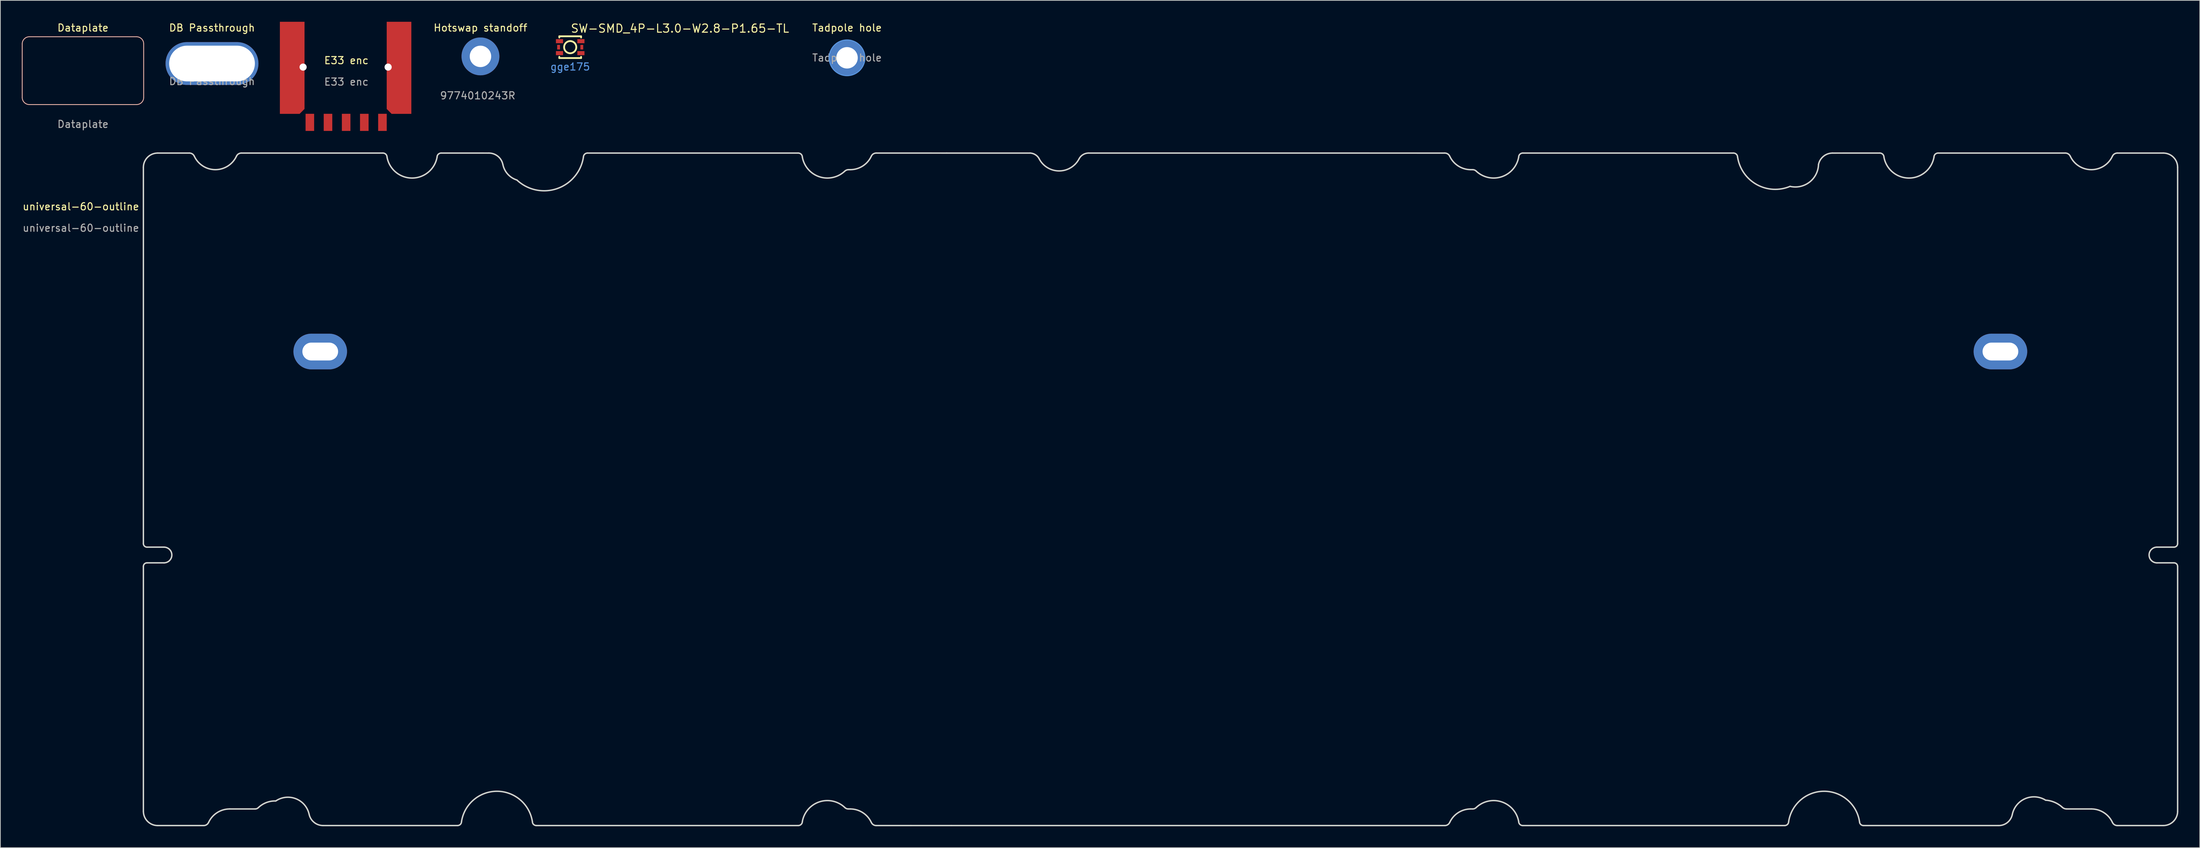
<source format=kicad_pcb>
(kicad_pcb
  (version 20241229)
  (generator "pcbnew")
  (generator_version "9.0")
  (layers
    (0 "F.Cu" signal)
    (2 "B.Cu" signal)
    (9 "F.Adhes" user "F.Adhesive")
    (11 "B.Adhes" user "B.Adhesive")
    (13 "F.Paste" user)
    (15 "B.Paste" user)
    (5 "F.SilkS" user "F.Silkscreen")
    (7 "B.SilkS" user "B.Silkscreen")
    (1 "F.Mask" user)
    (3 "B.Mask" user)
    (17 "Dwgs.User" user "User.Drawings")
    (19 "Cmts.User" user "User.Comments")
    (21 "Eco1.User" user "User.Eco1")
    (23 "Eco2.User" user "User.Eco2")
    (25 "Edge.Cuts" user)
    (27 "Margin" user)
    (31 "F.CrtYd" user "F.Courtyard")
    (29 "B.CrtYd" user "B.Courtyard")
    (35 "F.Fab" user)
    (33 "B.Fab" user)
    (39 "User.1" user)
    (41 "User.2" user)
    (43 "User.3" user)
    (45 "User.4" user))
  (footprint "universal-60-outline"
    (layer "F.Cu")
    (at 26.018 27.391)
    (property "Reference" "universal-60-outline" (at -17.75 -1.5 0) (unlocked yes) (layer "F.SilkS") (effects (font (size 1 1) (thickness 0.15))))
    (fp_line (start -9 -7) (end -9 45.7) (stroke (width 0.2) (type solid)) (layer "Edge.Cuts"))
    (fp_line (start -9 48.9) (end -9 83.2) (stroke (width 0.2) (type solid)) (layer "Edge.Cuts"))
    (fp_line (start -8.5 46.2) (end -6.107 46.2) (stroke (width 0.2) (type solid)) (layer "Edge.Cuts"))
    (fp_line (start -7 85.2) (end -0.558 85.2) (stroke (width 0.2) (type solid)) (layer "Edge.Cuts"))
    (fp_line (start -6.107 48.4) (end -8.5 48.4) (stroke (width 0.2) (type solid)) (layer "Edge.Cuts"))
    (fp_line (start -2.558 -9) (end -7 -9) (stroke (width 0.2) (type solid)) (layer "Edge.Cuts"))
    (fp_line (start 3.075 82.875) (end 6.65 82.875) (stroke (width 0.2) (type solid)) (layer "Edge.Cuts"))
    (fp_line (start 16.15 85.2) (end 34.966 85.2) (stroke (width 0.2) (type solid)) (layer "Edge.Cuts"))
    (fp_line (start 24.53 -9) (end 4.708 -9) (stroke (width 0.2) (type solid)) (layer "Edge.Cuts"))
    (fp_line (start 39.352 -8.999) (end 32.672 -9.001) (stroke (width 0.2) (type solid)) (layer "Edge.Cuts"))
    (fp_line (start 45.996 85.2) (end 82.654 85.2) (stroke (width 0.2) (type solid)) (layer "Edge.Cuts"))
    (fp_line (start 82.654 -9) (end 53.155 -9.001) (stroke (width 0.2) (type solid)) (layer "Edge.Cuts"))
    (fp_line (start 89.655 82.875) (end 89.925 82.875) (stroke (width 0.2) (type solid)) (layer "Edge.Cuts"))
    (fp_line (start 89.925 -6.675) (end 89.699 -6.675) (stroke (width 0.2) (type solid)) (layer "Edge.Cuts"))
    (fp_line (start 93.558 85.2) (end 98.422 85.2) (stroke (width 0.2) (type solid)) (layer "Edge.Cuts"))
    (fp_line (start 98.422 85.2) (end 104.079 85.2) (stroke (width 0.2) (type solid)) (layer "Edge.Cuts"))
    (fp_line (start 103.422 -8.999) (end 93.558 -9) (stroke (width 0.2) (type solid)) (layer "Edge.Cuts"))
    (fp_line (start 104.079 85.2) (end 173.142 85.2) (stroke (width 0.2) (type solid)) (layer "Edge.Cuts"))
    (fp_line (start 115.115 -8.998) (end 103.422 -8.999) (stroke (width 0.2) (type solid)) (layer "Edge.Cuts"))
    (fp_line (start 173.102 -8.999) (end 123.286 -9) (stroke (width 0.2) (type solid)) (layer "Edge.Cuts"))
    (fp_line (start 176.775 82.875) (end 177.043 82.875) (stroke (width 0.2) (type solid)) (layer "Edge.Cuts"))
    (fp_line (start 177.029 -6.675) (end 176.775 -6.675) (stroke (width 0.2) (type solid)) (layer "Edge.Cuts"))
    (fp_line (start 184.046 85.2) (end 220.704 85.2) (stroke (width 0.2) (type solid)) (layer "Edge.Cuts"))
    (fp_line (start 213.545 -9) (end 184.046 -9.001) (stroke (width 0.2) (type solid)) (layer "Edge.Cuts"))
    (fp_line (start 231.734 85.2) (end 250.602 85.2) (stroke (width 0.2) (type solid)) (layer "Edge.Cuts"))
    (fp_line (start 234.028 -9) (end 227.4 -8.999) (stroke (width 0.2) (type solid)) (layer "Edge.Cuts"))
    (fp_line (start 259.992 -9) (end 242.17 -9.001) (stroke (width 0.2) (type solid)) (layer "Edge.Cuts"))
    (fp_line (start 260.168 82.875) (end 263.625 82.875) (stroke (width 0.2) (type solid)) (layer "Edge.Cuts"))
    (fp_line (start 267.258 85.2) (end 273.7 85.2) (stroke (width 0.2) (type solid)) (layer "Edge.Cuts"))
    (fp_line (start 272.807 46.2) (end 275.2 46.2) (stroke (width 0.2) (type solid)) (layer "Edge.Cuts"))
    (fp_line (start 273.7 -9) (end 267.258 -9) (stroke (width 0.2) (type solid)) (layer "Edge.Cuts"))
    (fp_line (start 275.2 48.4) (end 272.807 48.4) (stroke (width 0.2) (type solid)) (layer "Edge.Cuts"))
    (fp_line (start 275.7 83.2) (end 275.7 48.9) (stroke (width 0.2) (type solid)) (layer "Edge.Cuts"))
    (fp_line (start 275.7 45.7) (end 275.7 -7) (stroke (width 0.2) (type solid)) (layer "Edge.Cuts"))
    (fp_arc (start -9 -6.999994) (mid -8.413981 -8.413904) (end -7 -8.99975) (stroke (width 0.2) (type solid)) (layer "Edge.Cuts"))
    (fp_arc (start -8.999993 48.900004) (mid -8.853548 48.546448) (end -8.499993 48.4) (stroke (width 0.2) (type solid)) (layer "Edge.Cuts"))
    (fp_arc (start -8.499995 46.199994) (mid -8.853549 46.053548) (end -8.999996 45.699994) (stroke (width 0.2) (type solid)) (layer "Edge.Cuts"))
    (fp_arc (start -6.999997 85.2) (mid -8.413978 84.614053) (end -8.99975 83.2) (stroke (width 0.2) (type solid)) (layer "Edge.Cuts"))
    (fp_arc (start -6.107 46.19999) (mid -5.00774 47.29975) (end -6.107001 48.39951) (stroke (width 0.2) (type solid)) (layer "Edge.Cuts"))
    (fp_arc (start -2.557782 -8.999967) (mid -2.15347 -8.88168) (end -1.8767 -8.564097) (stroke (width 0.2) (type solid)) (layer "Edge.Cuts"))
    (fp_arc (start 0.12324 84.764028) (mid -0.153514 85.081673) (end -0.557853 85.2) (stroke (width 0.2) (type solid)) (layer "Edge.Cuts"))
    (fp_arc (start 0.12324 84.764028) (mid 1.322661 83.387495) (end 3.075003 82.874903) (stroke (width 0.2) (type solid)) (layer "Edge.Cuts"))
    (fp_arc (start 4.026713 -8.564124) (mid 1.075015 -6.675003) (end -1.8767 -8.564097) (stroke (width 0.2) (type solid)) (layer "Edge.Cuts"))
    (fp_arc (start 4.026713 -8.564124) (mid 4.303467 -8.881701) (end 4.707761 -9) (stroke (width 0.2) (type solid)) (layer "Edge.Cuts"))
    (fp_arc (start 7.084 82.69499) (mid 6.884839 82.82794) (end 6.65 82.874749) (stroke (width 0.2) (type solid)) (layer "Edge.Cuts"))
    (fp_arc (start 7.084 82.69499) (mid 8.209389 81.978442) (end 9.524911 81.756304) (stroke (width 0.2) (type solid)) (layer "Edge.Cuts"))
    (fp_arc (start 9.524911 81.756304) (mid 12.345755 81.442505) (end 14.189851 83.600036) (stroke (width 0.2) (type solid)) (layer "Edge.Cuts"))
    (fp_arc (start 16.149678 85.2) (mid 14.884604 84.749279) (end 14.189717 83.600065) (stroke (width 0.2) (type solid)) (layer "Edge.Cuts"))
    (fp_arc (start 24.530002 -9) (mid 24.933527 -8.832972) (end 25.100249 -8.429321) (stroke (width 0.2) (type solid)) (layer "Edge.Cuts"))
    (fp_arc (start 32.101 -8.429) (mid 28.600795 -5.500002) (end 25.100928 -8.429403) (stroke (width 0.2) (type solid)) (layer "Edge.Cuts"))
    (fp_arc (start 32.101 -8.429) (mid 32.26783 -8.83339) (end 32.672001 -9.000751) (stroke (width 0.2) (type solid)) (layer "Edge.Cuts"))
    (fp_arc (start 35.522 84.644) (mid 35.35909 85.03717) (end 34.96599 85.20025) (stroke (width 0.2) (type solid)) (layer "Edge.Cuts"))
    (fp_arc (start 35.522 84.644) (mid 40.481059 80.395991) (end 45.440018 84.644117) (stroke (width 0.2) (type solid)) (layer "Edge.Cuts"))
    (fp_arc (start 39.351719 -8.99926) (mid 40.616515 -8.548371) (end 41.311108 -7.399219) (stroke (width 0.2) (type solid)) (layer "Edge.Cuts"))
    (fp_arc (start 43.274067 -5.223976) (mid 41.99592 -6.043852) (end 41.311265 -7.399251) (stroke (width 0.2) (type solid)) (layer "Edge.Cuts"))
    (fp_arc (start 45.996006 85.2) (mid 45.603118 85.037025) (end 45.44025 84.644093) (stroke (width 0.2) (type solid)) (layer "Edge.Cuts"))
    (fp_arc (start 52.584 -8.429) (mid 48.895184 -4.02002) (end 43.274067 -5.223976) (stroke (width 0.2) (type solid)) (layer "Edge.Cuts"))
    (fp_arc (start 52.584 -8.429) (mid 52.75083 -8.83339) (end 53.155001 -9.000751) (stroke (width 0.2) (type solid)) (layer "Edge.Cuts"))
    (fp_arc (start 82.654002 -9) (mid 83.057488 -8.83301) (end 83.22425 -8.429429) (stroke (width 0.2) (type solid)) (layer "Edge.Cuts"))
    (fp_arc (start 83.225 84.629) (mid 83.057993 85.033066) (end 82.654 85.20025) (stroke (width 0.2) (type solid)) (layer "Edge.Cuts"))
    (fp_arc (start 83.225 84.629) (mid 85.614352 81.877634) (end 89.170443 82.673392) (stroke (width 0.2) (type solid)) (layer "Edge.Cuts"))
    (fp_arc (start 89.135 -6.44101) (mid 85.59146 -5.68592) (end 83.225157 -8.429538) (stroke (width 0.2) (type solid)) (layer "Edge.Cuts"))
    (fp_arc (start 89.135 -6.44101) (mid 89.393771 -6.614027) (end 89.69899 -6.67517) (stroke (width 0.2) (type solid)) (layer "Edge.Cuts"))
    (fp_arc (start 89.655009 82.87499) (mid 89.392376 82.822873) (end 89.169764 82.67409) (stroke (width 0.2) (type solid)) (layer "Edge.Cuts"))
    (fp_arc (start 89.92499 82.87499) (mid 91.677277 83.387558) (end 92.876669 84.764037) (stroke (width 0.2) (type solid)) (layer "Edge.Cuts"))
    (fp_arc (start 92.876768 -8.563908) (mid 91.677404 -7.187217) (end 89.924998 -6.674555) (stroke (width 0.2) (type solid)) (layer "Edge.Cuts"))
    (fp_arc (start 92.876768 -8.563908) (mid 93.15355 -8.881623) (end 93.557962 -8.999953) (stroke (width 0.2) (type solid)) (layer "Edge.Cuts"))
    (fp_arc (start 93.557756 85.200003) (mid 93.153422 85.081677) (end 92.876669 84.764037) (stroke (width 0.2) (type solid)) (layer "Edge.Cuts"))
    (fp_arc (start 173.102296 -8.998851) (mid 173.529832 -8.892239) (end 173.823712 -8.563928) (stroke (width 0.2) (type solid)) (layer "Edge.Cuts"))
    (fp_arc (start 173.82324 84.764028) (mid 173.546486 85.081673) (end 173.142148 85.2) (stroke (width 0.2) (type solid)) (layer "Edge.Cuts"))
    (fp_arc (start 173.82324 84.764028) (mid 175.022662 83.387495) (end 176.775005 82.874903) (stroke (width 0.2) (type solid)) (layer "Edge.Cuts"))
    (fp_arc (start 176.775 -6.675) (mid 175.022912 -7.187543) (end 173.823712 -8.563928) (stroke (width 0.2) (type solid)) (layer "Edge.Cuts"))
    (fp_arc (start 177.029002 -6.675) (mid 177.306738 -6.620211) (end 177.542212 -6.463077) (stroke (width 0.2) (type solid)) (layer "Edge.Cuts"))
    (fp_arc (start 177.532 82.672) (mid 177.307555 82.821828) (end 177.043 82.87507) (stroke (width 0.2) (type solid)) (layer "Edge.Cuts"))
    (fp_arc (start 177.532 82.672) (mid 181.087422 81.877633) (end 183.475441 84.628888) (stroke (width 0.2) (type solid)) (layer "Edge.Cuts"))
    (fp_arc (start 183.475 -8.429) (mid 181.093331 -5.680578) (end 177.541588 -6.462433) (stroke (width 0.2) (type solid)) (layer "Edge.Cuts"))
    (fp_arc (start 183.475 -8.429) (mid 183.64183 -8.83339) (end 184.046001 -9.000751) (stroke (width 0.2) (type solid)) (layer "Edge.Cuts"))
    (fp_arc (start 184.046 85.2) (mid 183.642152 85.032858) (end 183.47525 84.628911) (stroke (width 0.2) (type solid)) (layer "Edge.Cuts"))
    (fp_arc (start 213.545008 -9) (mid 213.948422 -8.833076) (end 214.11525 -8.429623) (stroke (width 0.2) (type solid)) (layer "Edge.Cuts"))
    (fp_arc (start 221.26 84.644) (mid 221.097093 85.037166) (end 220.704 85.20025) (stroke (width 0.2) (type solid)) (layer "Edge.Cuts"))
    (fp_arc (start 221.26 84.644) (mid 226.219059 80.395991) (end 231.178018 84.644117) (stroke (width 0.2) (type solid)) (layer "Edge.Cuts"))
    (fp_arc (start 221.454455 -4.334774) (mid 216.786675 -4.592314) (end 214.11678 -8.429782) (stroke (width 0.2) (type solid)) (layer "Edge.Cuts"))
    (fp_arc (start 225.44008 -7.39926) (mid 224.172591 -4.923672) (end 221.454455 -4.334774) (stroke (width 0.2) (type solid)) (layer "Edge.Cuts"))
    (fp_arc (start 225.44008 -7.39926) (mid 226.134777 -8.548382) (end 227.39967 -8.999084) (stroke (width 0.2) (type solid)) (layer "Edge.Cuts"))
    (fp_arc (start 231.734004 85.2) (mid 231.341118 85.037024) (end 231.17825 84.644093) (stroke (width 0.2) (type solid)) (layer "Edge.Cuts"))
    (fp_arc (start 234.02801 -9) (mid 234.431531 -8.832968) (end 234.598249 -8.429317) (stroke (width 0.2) (type solid)) (layer "Edge.Cuts"))
    (fp_arc (start 241.59899 -8.429) (mid 238.098788 -5.500002) (end 234.598919 -8.429398) (stroke (width 0.2) (type solid)) (layer "Edge.Cuts"))
    (fp_arc (start 241.59899 -8.429) (mid 241.765823 -8.833397) (end 242.170001 -9.000761) (stroke (width 0.2) (type solid)) (layer "Edge.Cuts"))
    (fp_arc (start 252.56131 83.65074) (mid 251.864379 84.783113) (end 250.601715 85.199841) (stroke (width 0.2) (type solid)) (layer "Edge.Cuts"))
    (fp_arc (start 252.56131 83.65074) (mid 254.368283 81.429011) (end 257.223986 81.643935) (stroke (width 0.2) (type solid)) (layer "Edge.Cuts"))
    (fp_arc (start 257.223986 81.643935) (mid 258.453972 81.932101) (end 259.521969 82.60685) (stroke (width 0.2) (type solid)) (layer "Edge.Cuts"))
    (fp_arc (start 259.992254 -9.000015) (mid 260.396531 -8.881707) (end 260.673272 -8.564136) (stroke (width 0.2) (type solid)) (layer "Edge.Cuts"))
    (fp_arc (start 260.167994 82.87499) (mid 259.818211 82.805305) (end 259.521622 82.607217) (stroke (width 0.2) (type solid)) (layer "Edge.Cuts"))
    (fp_arc (start 263.62499 82.87499) (mid 265.377283 83.387562) (end 266.576675 84.76405) (stroke (width 0.2) (type solid)) (layer "Edge.Cuts"))
    (fp_arc (start 266.576703 -8.564123) (mid 263.624983 -6.675004) (end 260.673272 -8.564136) (stroke (width 0.2) (type solid)) (layer "Edge.Cuts"))
    (fp_arc (start 266.576703 -8.564123) (mid 266.853457 -8.881701) (end 267.257751 -8.999999) (stroke (width 0.2) (type solid)) (layer "Edge.Cuts"))
    (fp_arc (start 267.257739 85.200019) (mid 266.853417 85.081686) (end 266.576675 84.76405) (stroke (width 0.2) (type solid)) (layer "Edge.Cuts"))
    (fp_arc (start 272.807 48.4) (mid 271.70625 47.299748) (end 272.807004 46.1995) (stroke (width 0.2) (type solid)) (layer "Edge.Cuts"))
    (fp_arc (start 273.700007 -9) (mid 275.114158 -8.41408) (end 275.70025 -7) (stroke (width 0.2) (type solid)) (layer "Edge.Cuts"))
    (fp_arc (start 275.200007 48.4) (mid 275.55356 48.546447) (end 275.700007 48.9) (stroke (width 0.2) (type solid)) (layer "Edge.Cuts"))
    (fp_arc (start 275.7 83.2) (mid 275.114156 84.614229) (end 273.7 85.20025) (stroke (width 0.2) (type solid)) (layer "Edge.Cuts"))
    (fp_arc (start 275.700009 45.699998) (mid 275.553562 46.05355) (end 275.200009 46.199996) (stroke (width 0.2) (type solid)) (layer "Edge.Cuts"))
    (fp_curve (pts (xy 115.115 -8.998) (xy 115.644 -8.972) (xy 116.123 -8.667) (xy 116.369 -8.194)) (stroke (width 0.2) (type solid)) (layer "Edge.Cuts"))
    (fp_curve (pts (xy 116.369 -8.194) (xy 117.174 -6.651) (xy 119.076 -6.053) (xy 120.619 -6.857)) (stroke (width 0.2) (type solid)) (layer "Edge.Cuts"))
    (fp_curve (pts (xy 120.619 -6.857) (xy 120.903 -7.005) (xy 121.163 -7.196) (xy 121.39 -7.423)) (stroke (width 0.2) (type solid)) (layer "Edge.Cuts"))
    (fp_curve (pts (xy 121.39 -7.423) (xy 121.617 -7.649) (xy 121.807 -7.909) (xy 121.956 -8.194)) (stroke (width 0.2) (type solid)) (layer "Edge.Cuts"))
    (fp_curve (pts (xy 121.956 -8.194) (xy 122.214 -8.689) (xy 122.727 -9) (xy 123.286 -9)) (stroke (width 0.2) (type solid)) (layer "Edge.Cuts"))
    (fp_text user "${REFERENCE}" (at -17.75 1.5 0) (unlocked yes) (layer "F.Fab") (effects (font (size 1 1) (thickness 0.15))))
    (pad "1" thru_hole oval (at 15.75 18.8) (size 7.5 5) (drill oval 5 2.5) (layers "*.Cu" "*.Mask"))
    (pad "2" thru_hole oval (at 250.9 18.8) (size 7.5 5) (drill oval 5 2.5) (layers "*.Cu" "*.Mask")))
  (footprint "Hotswap standoff"
    (layer "F.Cu")
    (at 64.193 4.848)
    (property "Reference" "Hotswap standoff" (at 0 -4 0) (unlocked yes) (layer "F.SilkS") (effects (font (size 1 1) (thickness 0.15))))
    (attr smd)
    (fp_text user "9774010243R " (at 0 5.5 0) (unlocked yes) (layer "F.Fab") (effects (font (size 1 1) (thickness 0.15))))
    (pad "1" thru_hole circle (at 0 0) (size 5.3 5.3) (drill 3) (layers "*.Cu" "*.Mask")))
  (footprint "E33 enc"
    (layer "F.Cu")
    (at 45.435 6.29)
    (property "Reference" "E33 enc" (at -0.01 -0.87 0) (unlocked yes) (layer "F.SilkS") (effects (font (size 1 1) (thickness 0.15))))
    (attr smd)
    (fp_text user "${REFERENCE}" (at -0.01 2.13 0) (unlocked yes) (layer "F.Fab") (effects (font (size 1 1) (thickness 0.15))))
    (pad "" np_thru_hole circle (at -6.065 0.06 90) (size 1 1) (drill 1) (layers "*.Cu" "*.Mask"))
    (pad "" np_thru_hole circle (at 5.835 0.06 90) (size 1 1) (drill 1) (layers "*.Cu" "*.Mask"))
    (pad "6" smd roundrect (at -7.59 0.16 90) (size 12.9 3.45) (layers "F.Cu" "F.Mask" "F.Paste") (roundrect_rratio 0) (chamfer_ratio 0.2) (chamfer bottom_left))
    (pad "6" smd roundrect (at 7.36 0.16 90) (size 12.9 3.45) (layers "F.Cu" "F.Mask" "F.Paste") (roundrect_rratio 0) (chamfer_ratio 0.2) (chamfer top_left))
    (pad "A" smd rect (at 5.04 7.8 90) (size 2.4 1.2) (layers "F.Cu" "F.Mask" "F.Paste"))
    (pad "B" smd rect (at -5.12 7.8 90) (size 2.4 1.2) (layers "F.Cu" "F.Mask" "F.Paste"))
    (pad "C" smd rect (at 2.5 7.8 90) (size 2.4 1.2) (layers "F.Cu" "F.Mask" "F.Paste"))
    (pad "S1" smd rect (at -0.04 7.8 90) (size 2.4 1.2) (layers "F.Cu" "F.Mask" "F.Paste"))
    (pad "S2" smd rect (at -2.58 7.8 90) (size 2.4 1.2) (layers "F.Cu" "F.Mask" "F.Paste")))
  (footprint "SW-SMD_4P-L3.0-W2.8-P1.65-TL"
    (layer "F.Cu")
    (at 76.752 3.557)
    (property "Reference" "SW-SMD_4P-L3.0-W2.8-P1.65-TL" (at 0 -2.622 0) (layer "F.SilkS") (effects (font (size 1.143 1.143) (thickness 0.152)) (justify left)))
    (attr smd)
    (fp_line (start -1.524 -1.524) (end -1.524 -1.356) (stroke (width 0.254) (type solid)) (layer "F.SilkS"))
    (fp_line (start -1.524 1.356) (end -1.524 1.524) (stroke (width 0.254) (type solid)) (layer "F.SilkS"))
    (fp_line (start -1.524 1.524) (end 1.524 1.524) (stroke (width 0.254) (type solid)) (layer "F.SilkS"))
    (fp_line (start 1.524 -1.524) (end -1.524 -1.524) (stroke (width 0.254) (type solid)) (layer "F.SilkS"))
    (fp_line (start 1.524 -1.356) (end 1.524 -1.524) (stroke (width 0.254) (type solid)) (layer "F.SilkS"))
    (fp_line (start 1.524 1.524) (end 1.524 1.356) (stroke (width 0.254) (type solid)) (layer "F.SilkS"))
    (fp_circle (center 0 0) (end 0.852 0) (stroke (width 0.254) (type solid)) (fill no) (layer "F.SilkS"))
    (fp_text user "gge175" (at 0 2.75 0) (layer "Cmts.User") (effects (font (size 1 1) (thickness 0.15))))
    (pad "1" smd rect (at -1.5 -0.838) (size 1 0.575) (layers "F.Cu" "F.Mask" "F.Paste"))
    (pad "1" smd rect (at 1.5 -0.838) (size 1 0.575) (layers "F.Cu" "F.Mask" "F.Paste"))
    (pad "2" smd rect (at -1.5 0.837) (size 1 0.575) (layers "F.Cu" "F.Mask" "F.Paste"))
    (pad "2" smd rect (at 1.5 0.838) (size 1 0.575) (layers "F.Cu" "F.Mask" "F.Paste"))
    (pad "3" smd rect (at -1.625 0) (size 0.4 0.65) (layers "F.Cu" "F.Mask" "F.Paste"))
    (pad "3" smd rect (at 1.625 0) (size 0.4 0.65) (layers "F.Cu" "F.Mask" "F.Paste")))
  (footprint "Dataplate"
    (layer "F.Cu")
    (at 8.56 6.848)
    (property "Reference" "Dataplate" (at 0 -6 0) (unlocked yes) (layer "F.SilkS") (effects (font (size 1 1) (thickness 0.15))))
    (fp_line (start -8.5 -3.75) (end -8.5 3.75) (stroke (width 0.12) (type default)) (layer "B.SilkS"))
    (fp_line (start -7.5 4.75) (end 7.5 4.75) (stroke (width 0.12) (type default)) (layer "B.SilkS"))
    (fp_line (start 7.5 -4.75) (end -7.5 -4.75) (stroke (width 0.12) (type default)) (layer "B.SilkS"))
    (fp_line (start 8.5 3.75) (end 8.5 -3.75) (stroke (width 0.12) (type default)) (layer "B.SilkS"))
    (fp_arc (start -8.5 -3.75) (mid -8.207107 -4.457107) (end -7.5 -4.75) (stroke (width 0.12) (type default)) (layer "B.SilkS"))
    (fp_arc (start -7.5 4.75) (mid -8.207107 4.457107) (end -8.5 3.75) (stroke (width 0.12) (type default)) (layer "B.SilkS"))
    (fp_arc (start 7.5 -4.75) (mid 8.207107 -4.457107) (end 8.5 -3.75) (stroke (width 0.12) (type default)) (layer "B.SilkS"))
    (fp_arc (start 8.5 3.75) (mid 8.207107 4.457107) (end 7.5 4.75) (stroke (width 0.12) (type default)) (layer "B.SilkS"))
    (fp_text user "Designed in Finland" (at 7.5 2.25 0) (unlocked yes) (layer "B.Mask") (effects (font (size 1 1) (thickness 0.15)) (justify left top mirror)))
    (fp_text user "MCU" (at 7.5 -1.75 0) (unlocked yes) (layer "B.Mask") (effects (font (size 1 1) (thickness 0.15)) (justify left top mirror)))
    (fp_text user "Powered by QMK" (at 7.5 0.25 0) (unlocked yes) (layer "B.Mask") (effects (font (size 1 1) (thickness 0.15)) (justify left top mirror)))
    (fp_text user "Boardname" (at 7.5 -3.75 0) (unlocked yes) (layer "B.Mask") (effects (font (size 1 1) (thickness 0.15)) (justify left top mirror)))
    (fp_text user "${REFERENCE}" (at 0 7.5 0) (unlocked yes) (layer "F.Fab") (effects (font (size 1 1) (thickness 0.15)))))
  (footprint "DB Passthrough"
    (layer "F.Cu")
    (at 26.62 5.848)
    (property "Reference" "DB Passthrough" (at 0 -5 0) (unlocked yes) (layer "F.SilkS") (effects (font (size 1 1) (thickness 0.15))))
    (fp_text user "${REFERENCE}" (at 0 2.5 0) (unlocked yes) (layer "F.Fab") (effects (font (size 1 1) (thickness 0.15))))
    (pad "1" thru_hole oval (at 0 0) (size 13 6) (drill oval 12 5) (layers "*.Cu" "*.Mask")))
  (footprint "Tadpole hole"
    (layer "F.Cu")
    (at 115.496 5.048)
    (property "Reference" "Tadpole hole" (at 0 -4.2 0) (layer "F.SilkS") (effects (font (size 1 1) (thickness 0.15))))
    (attr exclude_from_pos_files exclude_from_bom)
    (fp_circle (center 0 0) (end 2.5 0) (stroke (width 0.15) (type solid)) (fill no) (layer "Cmts.User"))
    (fp_text user "${REFERENCE}" (at 0 0 0) (layer "F.Fab") (effects (font (size 1 1) (thickness 0.15))))
    (pad "" thru_hole circle (at 0 0) (size 5 5) (drill 3) (layers "*.Cu" "*.Mask")))
  (gr_rect
    (start -3 -3)
    (end 304.818 115.692)
    (stroke (width 0.1) (type default))
    (fill no)
    (layer "Edge.Cuts")))
</source>
